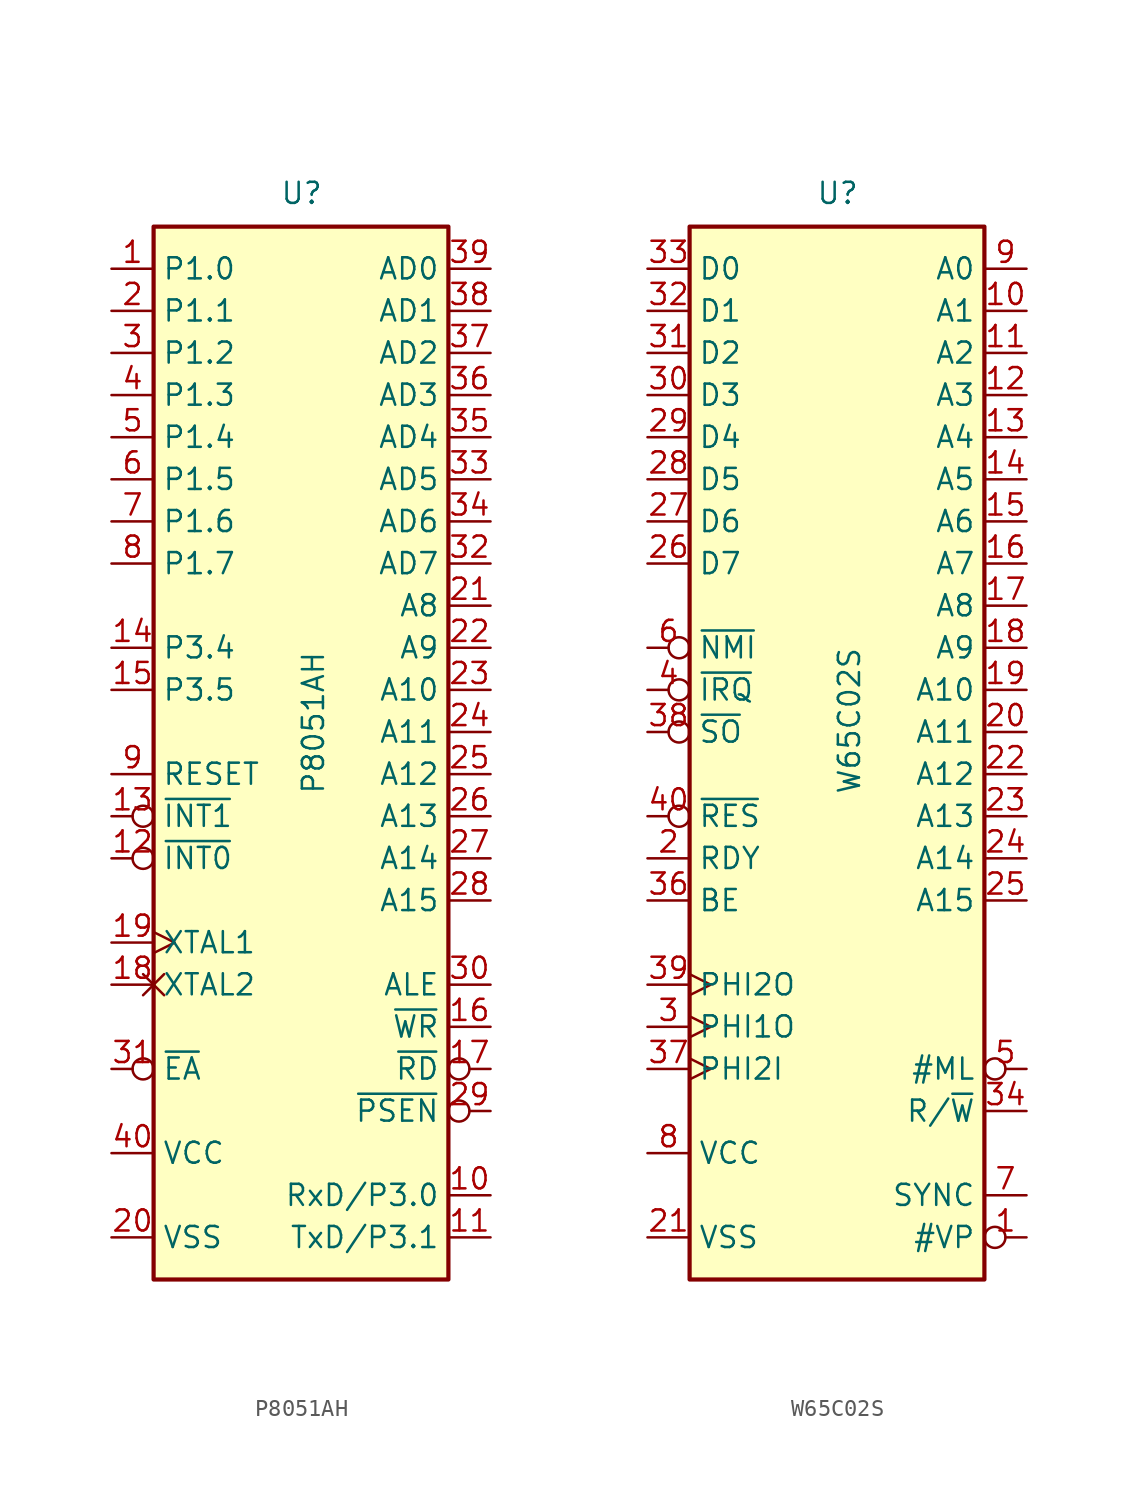
<source format=kicad_sym>
(kicad_symbol_lib
  (version 20211014)
  (generator kicad_symbol_editor)
  (symbol "P8051AH"
    (property "Reference" "U"
      (at -1.27 31.75 0)
      (effects (font (size 1.27 1.27)) (justify left bottom)))
    (property "Value" "P8051AH"
      (at 0 -3.81 90)
      (effects (font (size 1.27 1.27)) (justify left top)))
    (symbol "P8051AH_0_1"
      (rectangle (start -8.89 -33.02) (end 8.89 30.48) (stroke (width 0.254) (type default) (color 0 0 0 0)) (fill (type background))))
    (symbol "P8051AH_1_1"
      (pin bidirectional line (at -11.43 27.94 0) (length 2.54) (name "P1.0" (effects (font (size 1.27 1.27)))) (number "1" (effects (font (size 1.27 1.27)))))
      (pin input line (at 11.43 -27.94 180) (length 2.54) (name "RxD/P3.0" (effects (font (size 1.27 1.27)))) (number "10" (effects (font (size 1.27 1.27)))))
      (pin output line (at 11.43 -30.48 180) (length 2.54) (name "TxD/P3.1" (effects (font (size 1.27 1.27)))) (number "11" (effects (font (size 1.27 1.27)))))
      (pin input inverted (at -11.43 -7.62 0) (length 2.54) (name "~{INT0}" (effects (font (size 1.27 1.27)))) (number "12" (effects (font (size 1.27 1.27)))))
      (pin input inverted (at -11.43 -5.08 0) (length 2.54) (name "~{INT1}" (effects (font (size 1.27 1.27)))) (number "13" (effects (font (size 1.27 1.27)))))
      (pin bidirectional line (at -11.43 5.08 0) (length 2.54) (name "P3.4" (effects (font (size 1.27 1.27)))) (number "14" (effects (font (size 1.27 1.27)))))
      (pin bidirectional line (at -11.43 2.54 0) (length 2.54) (name "P3.5" (effects (font (size 1.27 1.27)))) (number "15" (effects (font (size 1.27 1.27)))))
      (pin output line (at 11.43 -17.78 180) (length 2.54) (name "~{WR}" (effects (font (size 1.27 1.27)))) (number "16" (effects (font (size 1.27 1.27)))))
      (pin output inverted (at 11.43 -20.32 180) (length 2.54) (name "~{RD}" (effects (font (size 1.27 1.27)))) (number "17" (effects (font (size 1.27 1.27)))))
      (pin input non_logic (at -11.43 -15.24 0) (length 2.54) (name "XTAL2" (effects (font (size 1.27 1.27)))) (number "18" (effects (font (size 1.27 1.27)))))
      (pin input clock (at -11.43 -12.7 0) (length 2.54) (name "XTAL1" (effects (font (size 1.27 1.27)))) (number "19" (effects (font (size 1.27 1.27)))))
      (pin bidirectional line (at -11.43 25.4 0) (length 2.54) (name "P1.1" (effects (font (size 1.27 1.27)))) (number "2" (effects (font (size 1.27 1.27)))))
      (pin power_in line (at -11.43 -30.48 0) (length 2.54) (name "VSS" (effects (font (size 1.27 1.27)))) (number "20" (effects (font (size 1.27 1.27)))))
      (pin output line (at 11.43 7.62 180) (length 2.54) (name "A8" (effects (font (size 1.27 1.27)))) (number "21" (effects (font (size 1.27 1.27)))))
      (pin output line (at 11.43 5.08 180) (length 2.54) (name "A9" (effects (font (size 1.27 1.27)))) (number "22" (effects (font (size 1.27 1.27)))))
      (pin output line (at 11.43 2.54 180) (length 2.54) (name "A10" (effects (font (size 1.27 1.27)))) (number "23" (effects (font (size 1.27 1.27)))))
      (pin output line (at 11.43 0 180) (length 2.54) (name "A11" (effects (font (size 1.27 1.27)))) (number "24" (effects (font (size 1.27 1.27)))))
      (pin output line (at 11.43 -2.54 180) (length 2.54) (name "A12" (effects (font (size 1.27 1.27)))) (number "25" (effects (font (size 1.27 1.27)))))
      (pin output line (at 11.43 -5.08 180) (length 2.54) (name "A13" (effects (font (size 1.27 1.27)))) (number "26" (effects (font (size 1.27 1.27)))))
      (pin output line (at 11.43 -7.62 180) (length 2.54) (name "A14" (effects (font (size 1.27 1.27)))) (number "27" (effects (font (size 1.27 1.27)))))
      (pin output line (at 11.43 -10.16 180) (length 2.54) (name "A15" (effects (font (size 1.27 1.27)))) (number "28" (effects (font (size 1.27 1.27)))))
      (pin output inverted (at 11.43 -22.86 180) (length 2.54) (name "~{PSEN}" (effects (font (size 1.27 1.27)))) (number "29" (effects (font (size 1.27 1.27)))))
      (pin bidirectional line (at -11.43 22.86 0) (length 2.54) (name "P1.2" (effects (font (size 1.27 1.27)))) (number "3" (effects (font (size 1.27 1.27)))))
      (pin output line (at 11.43 -15.24 180) (length 2.54) (name "ALE" (effects (font (size 1.27 1.27)))) (number "30" (effects (font (size 1.27 1.27)))))
      (pin input inverted (at -11.43 -20.32 0) (length 2.54) (name "~{EA}" (effects (font (size 1.27 1.27)))) (number "31" (effects (font (size 1.27 1.27)))))
      (pin bidirectional line (at 11.43 10.16 180) (length 2.54) (name "AD7" (effects (font (size 1.27 1.27)))) (number "32" (effects (font (size 1.27 1.27)))))
      (pin bidirectional line (at 11.43 15.24 180) (length 2.54) (name "AD5" (effects (font (size 1.27 1.27)))) (number "33" (effects (font (size 1.27 1.27)))))
      (pin bidirectional line (at 11.43 12.7 180) (length 2.54) (name "AD6" (effects (font (size 1.27 1.27)))) (number "34" (effects (font (size 1.27 1.27)))))
      (pin bidirectional line (at 11.43 17.78 180) (length 2.54) (name "AD4" (effects (font (size 1.27 1.27)))) (number "35" (effects (font (size 1.27 1.27)))))
      (pin bidirectional line (at 11.43 20.32 180) (length 2.54) (name "AD3" (effects (font (size 1.27 1.27)))) (number "36" (effects (font (size 1.27 1.27)))))
      (pin bidirectional line (at 11.43 22.86 180) (length 2.54) (name "AD2" (effects (font (size 1.27 1.27)))) (number "37" (effects (font (size 1.27 1.27)))))
      (pin bidirectional line (at 11.43 25.4 180) (length 2.54) (name "AD1" (effects (font (size 1.27 1.27)))) (number "38" (effects (font (size 1.27 1.27)))))
      (pin bidirectional line (at 11.43 27.94 180) (length 2.54) (name "AD0" (effects (font (size 1.27 1.27)))) (number "39" (effects (font (size 1.27 1.27)))))
      (pin bidirectional line (at -11.43 20.32 0) (length 2.54) (name "P1.3" (effects (font (size 1.27 1.27)))) (number "4" (effects (font (size 1.27 1.27)))))
      (pin power_in line (at -11.43 -25.4 0) (length 2.54) (name "VCC" (effects (font (size 1.27 1.27)))) (number "40" (effects (font (size 1.27 1.27)))))
      (pin bidirectional line (at -11.43 17.78 0) (length 2.54) (name "P1.4" (effects (font (size 1.27 1.27)))) (number "5" (effects (font (size 1.27 1.27)))))
      (pin bidirectional line (at -11.43 15.24 0) (length 2.54) (name "P1.5" (effects (font (size 1.27 1.27)))) (number "6" (effects (font (size 1.27 1.27)))))
      (pin bidirectional line (at -11.43 12.7 0) (length 2.54) (name "P1.6" (effects (font (size 1.27 1.27)))) (number "7" (effects (font (size 1.27 1.27)))))
      (pin bidirectional line (at -11.43 10.16 0) (length 2.54) (name "P1.7" (effects (font (size 1.27 1.27)))) (number "8" (effects (font (size 1.27 1.27)))))
      (pin input line (at -11.43 -2.54 0) (length 2.54) (name "RESET" (effects (font (size 1.27 1.27)))) (number "9" (effects (font (size 1.27 1.27)))))))
  (symbol "W65C02S"
    (property "Reference" "U"
      (at -1.27 31.75 0)
      (effects (font (size 1.27 1.27)) (justify left bottom)))
    (property "Value" "W65C02S"
      (at 0 -3.81 90)
      (effects (font (size 1.27 1.27)) (justify left top)))
    (symbol "W65C02S_0_0"
      (pin input line (at -11.43 -10.16 0) (length 2.54) (name "BE" (effects (font (size 1.27 1.27)))) (number "36" (effects (font (size 1.27 1.27)))))
      (pin output inverted (at 11.43 -20.32 180) (length 2.54) (name "#ML" (effects (font (size 1.27 1.27)))) (number "5" (effects (font (size 1.27 1.27))))))
    (symbol "W65C02S_0_1"
      (rectangle (start -8.89 -33.02) (end 8.89 30.48) (stroke (width 0.254) (type default) (color 0 0 0 0)) (fill (type background))))
    (symbol "W65C02S_1_1"
      (pin output inverted (at 11.43 -30.48 180) (length 2.54) (name "#VP" (effects (font (size 1.27 1.27)))) (number "1" (effects (font (size 1.27 1.27)))))
      (pin output line (at 11.43 25.4 180) (length 2.54) (name "A1" (effects (font (size 1.27 1.27)))) (number "10" (effects (font (size 1.27 1.27)))))
      (pin output line (at 11.43 22.86 180) (length 2.54) (name "A2" (effects (font (size 1.27 1.27)))) (number "11" (effects (font (size 1.27 1.27)))))
      (pin output line (at 11.43 20.32 180) (length 2.54) (name "A3" (effects (font (size 1.27 1.27)))) (number "12" (effects (font (size 1.27 1.27)))))
      (pin output line (at 11.43 17.78 180) (length 2.54) (name "A4" (effects (font (size 1.27 1.27)))) (number "13" (effects (font (size 1.27 1.27)))))
      (pin output line (at 11.43 15.24 180) (length 2.54) (name "A5" (effects (font (size 1.27 1.27)))) (number "14" (effects (font (size 1.27 1.27)))))
      (pin output line (at 11.43 12.7 180) (length 2.54) (name "A6" (effects (font (size 1.27 1.27)))) (number "15" (effects (font (size 1.27 1.27)))))
      (pin output line (at 11.43 10.16 180) (length 2.54) (name "A7" (effects (font (size 1.27 1.27)))) (number "16" (effects (font (size 1.27 1.27)))))
      (pin output line (at 11.43 7.62 180) (length 2.54) (name "A8" (effects (font (size 1.27 1.27)))) (number "17" (effects (font (size 1.27 1.27)))))
      (pin output line (at 11.43 5.08 180) (length 2.54) (name "A9" (effects (font (size 1.27 1.27)))) (number "18" (effects (font (size 1.27 1.27)))))
      (pin output line (at 11.43 2.54 180) (length 2.54) (name "A10" (effects (font (size 1.27 1.27)))) (number "19" (effects (font (size 1.27 1.27)))))
      (pin input line (at -11.43 -7.62 0) (length 2.54) (name "RDY" (effects (font (size 1.27 1.27)))) (number "2" (effects (font (size 1.27 1.27)))))
      (pin output line (at 11.43 0 180) (length 2.54) (name "A11" (effects (font (size 1.27 1.27)))) (number "20" (effects (font (size 1.27 1.27)))))
      (pin power_in line (at -11.43 -30.48 0) (length 2.54) (name "VSS" (effects (font (size 1.27 1.27)))) (number "21" (effects (font (size 1.27 1.27)))))
      (pin output line (at 11.43 -2.54 180) (length 2.54) (name "A12" (effects (font (size 1.27 1.27)))) (number "22" (effects (font (size 1.27 1.27)))))
      (pin output line (at 11.43 -5.08 180) (length 2.54) (name "A13" (effects (font (size 1.27 1.27)))) (number "23" (effects (font (size 1.27 1.27)))))
      (pin output line (at 11.43 -7.62 180) (length 2.54) (name "A14" (effects (font (size 1.27 1.27)))) (number "24" (effects (font (size 1.27 1.27)))))
      (pin output line (at 11.43 -10.16 180) (length 2.54) (name "A15" (effects (font (size 1.27 1.27)))) (number "25" (effects (font (size 1.27 1.27)))))
      (pin bidirectional line (at -11.43 10.16 0) (length 2.54) (name "D7" (effects (font (size 1.27 1.27)))) (number "26" (effects (font (size 1.27 1.27)))))
      (pin bidirectional line (at -11.43 12.7 0) (length 2.54) (name "D6" (effects (font (size 1.27 1.27)))) (number "27" (effects (font (size 1.27 1.27)))))
      (pin bidirectional line (at -11.43 15.24 0) (length 2.54) (name "D5" (effects (font (size 1.27 1.27)))) (number "28" (effects (font (size 1.27 1.27)))))
      (pin bidirectional line (at -11.43 17.78 0) (length 2.54) (name "D4" (effects (font (size 1.27 1.27)))) (number "29" (effects (font (size 1.27 1.27)))))
      (pin output clock (at -11.43 -17.78 0) (length 2.54) (name "PHI1O" (effects (font (size 1.27 1.27)))) (number "3" (effects (font (size 1.27 1.27)))))
      (pin bidirectional line (at -11.43 20.32 0) (length 2.54) (name "D3" (effects (font (size 1.27 1.27)))) (number "30" (effects (font (size 1.27 1.27)))))
      (pin bidirectional line (at -11.43 22.86 0) (length 2.54) (name "D2" (effects (font (size 1.27 1.27)))) (number "31" (effects (font (size 1.27 1.27)))))
      (pin bidirectional line (at -11.43 25.4 0) (length 2.54) (name "D1" (effects (font (size 1.27 1.27)))) (number "32" (effects (font (size 1.27 1.27)))))
      (pin bidirectional line (at -11.43 27.94 0) (length 2.54) (name "D0" (effects (font (size 1.27 1.27)))) (number "33" (effects (font (size 1.27 1.27)))))
      (pin output line (at 11.43 -22.86 180) (length 2.54) (name "R/~{W}" (effects (font (size 1.27 1.27)))) (number "34" (effects (font (size 1.27 1.27)))))
      (pin input clock (at -11.43 -20.32 0) (length 2.54) (name "PHI2I" (effects (font (size 1.27 1.27)))) (number "37" (effects (font (size 1.27 1.27)))))
      (pin input inverted (at -11.43 0 0) (length 2.54) (name "~{SO}" (effects (font (size 1.27 1.27)))) (number "38" (effects (font (size 1.27 1.27)))))
      (pin output clock (at -11.43 -15.24 0) (length 2.54) (name "PHI2O" (effects (font (size 1.27 1.27)))) (number "39" (effects (font (size 1.27 1.27)))))
      (pin input inverted (at -11.43 2.54 0) (length 2.54) (name "~{IRQ}" (effects (font (size 1.27 1.27)))) (number "4" (effects (font (size 1.27 1.27)))))
      (pin input inverted (at -11.43 -5.08 0) (length 2.54) (name "~{RES}" (effects (font (size 1.27 1.27)))) (number "40" (effects (font (size 1.27 1.27)))))
      (pin input inverted (at -11.43 5.08 0) (length 2.54) (name "~{NMI}" (effects (font (size 1.27 1.27)))) (number "6" (effects (font (size 1.27 1.27)))))
      (pin output line (at 11.43 -27.94 180) (length 2.54) (name "SYNC" (effects (font (size 1.27 1.27)))) (number "7" (effects (font (size 1.27 1.27)))))
      (pin power_in line (at -11.43 -25.4 0) (length 2.54) (name "VCC" (effects (font (size 1.27 1.27)))) (number "8" (effects (font (size 1.27 1.27)))))
      (pin output line (at 11.43 27.94 180) (length 2.54) (name "A0" (effects (font (size 1.27 1.27)))) (number "9" (effects (font (size 1.27 1.27))))))))
</source>
